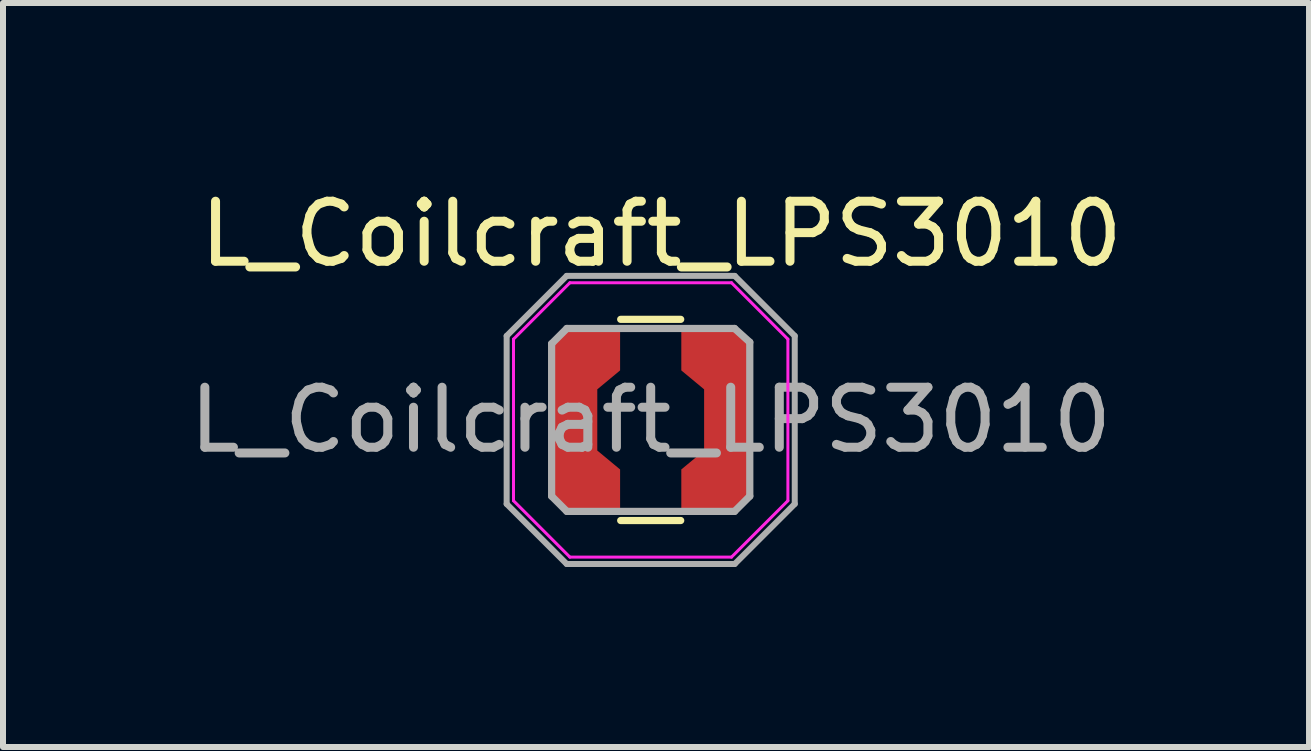
<source format=kicad_pcb>
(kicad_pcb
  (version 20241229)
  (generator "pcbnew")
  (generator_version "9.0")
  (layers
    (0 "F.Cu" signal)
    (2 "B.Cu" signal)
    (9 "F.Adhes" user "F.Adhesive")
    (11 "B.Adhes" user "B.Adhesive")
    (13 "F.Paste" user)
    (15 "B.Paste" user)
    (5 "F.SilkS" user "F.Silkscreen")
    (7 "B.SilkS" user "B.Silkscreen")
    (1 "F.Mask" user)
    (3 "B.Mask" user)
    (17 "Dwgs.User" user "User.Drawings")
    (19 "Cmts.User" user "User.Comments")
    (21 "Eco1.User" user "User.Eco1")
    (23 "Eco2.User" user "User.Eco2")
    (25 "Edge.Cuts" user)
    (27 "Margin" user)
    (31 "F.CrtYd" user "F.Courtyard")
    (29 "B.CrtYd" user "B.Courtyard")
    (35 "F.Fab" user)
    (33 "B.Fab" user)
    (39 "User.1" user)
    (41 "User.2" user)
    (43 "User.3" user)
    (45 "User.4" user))
  (footprint "L_Coilcraft_LPS3010"
    (layer "F.Cu")
    (at 7.792 3.947)
    (property "Reference" "L_Coilcraft_LPS3010" (at 0.178 -3.099 0) (layer "F.SilkS") (effects (font (size 1 1) (thickness 0.15))))
    (attr smd)
    (fp_line (start -0.5 -1.676) (end 0.5 -1.676) (stroke (width 0.12) (type solid)) (layer "F.SilkS"))
    (fp_line (start -0.5 1.676) (end 0.5 1.676) (stroke (width 0.12) (type solid)) (layer "F.SilkS"))
    (fp_line (start -2.286 -1.346) (end -1.346 -2.286) (stroke (width 0.05) (type solid)) (layer "F.CrtYd"))
    (fp_line (start -2.286 1.346) (end -2.286 -1.346) (stroke (width 0.05) (type solid)) (layer "F.CrtYd"))
    (fp_line (start -1.346 -2.286) (end 1.346 -2.286) (stroke (width 0.05) (type solid)) (layer "F.CrtYd"))
    (fp_line (start -1.346 2.286) (end -2.286 1.346) (stroke (width 0.05) (type solid)) (layer "F.CrtYd"))
    (fp_line (start 1.346 -2.286) (end 2.286 -1.346) (stroke (width 0.05) (type solid)) (layer "F.CrtYd"))
    (fp_line (start 1.346 2.286) (end -1.346 2.286) (stroke (width 0.05) (type solid)) (layer "F.CrtYd"))
    (fp_line (start 2.286 -1.346) (end 2.286 1.346) (stroke (width 0.05) (type solid)) (layer "F.CrtYd"))
    (fp_line (start 2.286 1.346) (end 1.346 2.286) (stroke (width 0.05) (type solid)) (layer "F.CrtYd"))
    (fp_line (start -2.4 -1.4) (end -1.4 -2.4) (stroke (width 0.1) (type solid)) (layer "F.Fab"))
    (fp_line (start -2.4 1.4) (end -2.4 -1.4) (stroke (width 0.1) (type solid)) (layer "F.Fab"))
    (fp_line (start -2.4 1.4) (end -1.4 2.4) (stroke (width 0.1) (type solid)) (layer "F.Fab"))
    (fp_line (start -1.651 -1.27) (end -1.397 -1.524) (stroke (width 0.12) (type solid)) (layer "F.Fab"))
    (fp_line (start -1.651 1.27) (end -1.651 -1.27) (stroke (width 0.12) (type solid)) (layer "F.Fab"))
    (fp_line (start -1.4 -2.4) (end 1.4 -2.4) (stroke (width 0.1) (type solid)) (layer "F.Fab"))
    (fp_line (start -1.397 -1.524) (end 1.397 -1.524) (stroke (width 0.12) (type solid)) (layer "F.Fab"))
    (fp_line (start -1.397 1.524) (end -1.651 1.27) (stroke (width 0.12) (type solid)) (layer "F.Fab"))
    (fp_line (start 1.397 -1.524) (end 1.651 -1.295) (stroke (width 0.12) (type solid)) (layer "F.Fab"))
    (fp_line (start 1.397 1.524) (end -1.397 1.524) (stroke (width 0.12) (type solid)) (layer "F.Fab"))
    (fp_line (start 1.4 -2.4) (end 2.4 -1.4) (stroke (width 0.1) (type solid)) (layer "F.Fab"))
    (fp_line (start 1.4 2.4) (end -1.4 2.4) (stroke (width 0.1) (type solid)) (layer "F.Fab"))
    (fp_line (start 1.651 -1.295) (end 1.651 1.27) (stroke (width 0.12) (type solid)) (layer "F.Fab"))
    (fp_line (start 1.651 1.27) (end 1.397 1.524) (stroke (width 0.12) (type solid)) (layer "F.Fab"))
    (fp_line (start 2.4 -1.4) (end 2.4 1.4) (stroke (width 0.1) (type solid)) (layer "F.Fab"))
    (fp_line (start 2.4 1.4) (end 1.4 2.4) (stroke (width 0.1) (type solid)) (layer "F.Fab"))
    (fp_text user "${REFERENCE}" (at 0 0 0) (layer "F.Fab") (effects (font (size 1 1) (thickness 0.15))))
    (pad "1" smd custom (at -1.27 0) (size 0.76 1.02) (layers "F.Cu" "F.Mask" "F.Paste") (options (anchor rect)) (primitives (gr_poly (pts (xy 0.76 -1.525) (xy 0.76 -0.825) (xy 0.38 -0.51) (xy 0.38 0.51) (xy 0.76 0.825) (xy 0.76 1.525) (xy -0.125 1.525) (xy -0.38 1.27) (xy -0.38 -1.27) (xy -0.125 -1.525)) (width 0) (fill yes))))
    (pad "2" smd custom (at 1.27 0) (size 0.76 1.02) (layers "F.Cu" "F.Mask" "F.Paste") (options (anchor rect)) (primitives (gr_poly (pts (xy -0.76 -1.525) (xy -0.76 -0.825) (xy -0.38 -0.51) (xy -0.38 0.51) (xy -0.76 0.825) (xy -0.76 1.525) (xy 0.125 1.525) (xy 0.38 1.27) (xy 0.38 -1.27) (xy 0.125 -1.525)) (width 0) (fill yes)))))
  (gr_rect
    (start -3 -3)
    (end 18.761 9.397)
    (stroke (width 0.1) (type default))
    (fill no)
    (layer "Edge.Cuts")))
</source>
